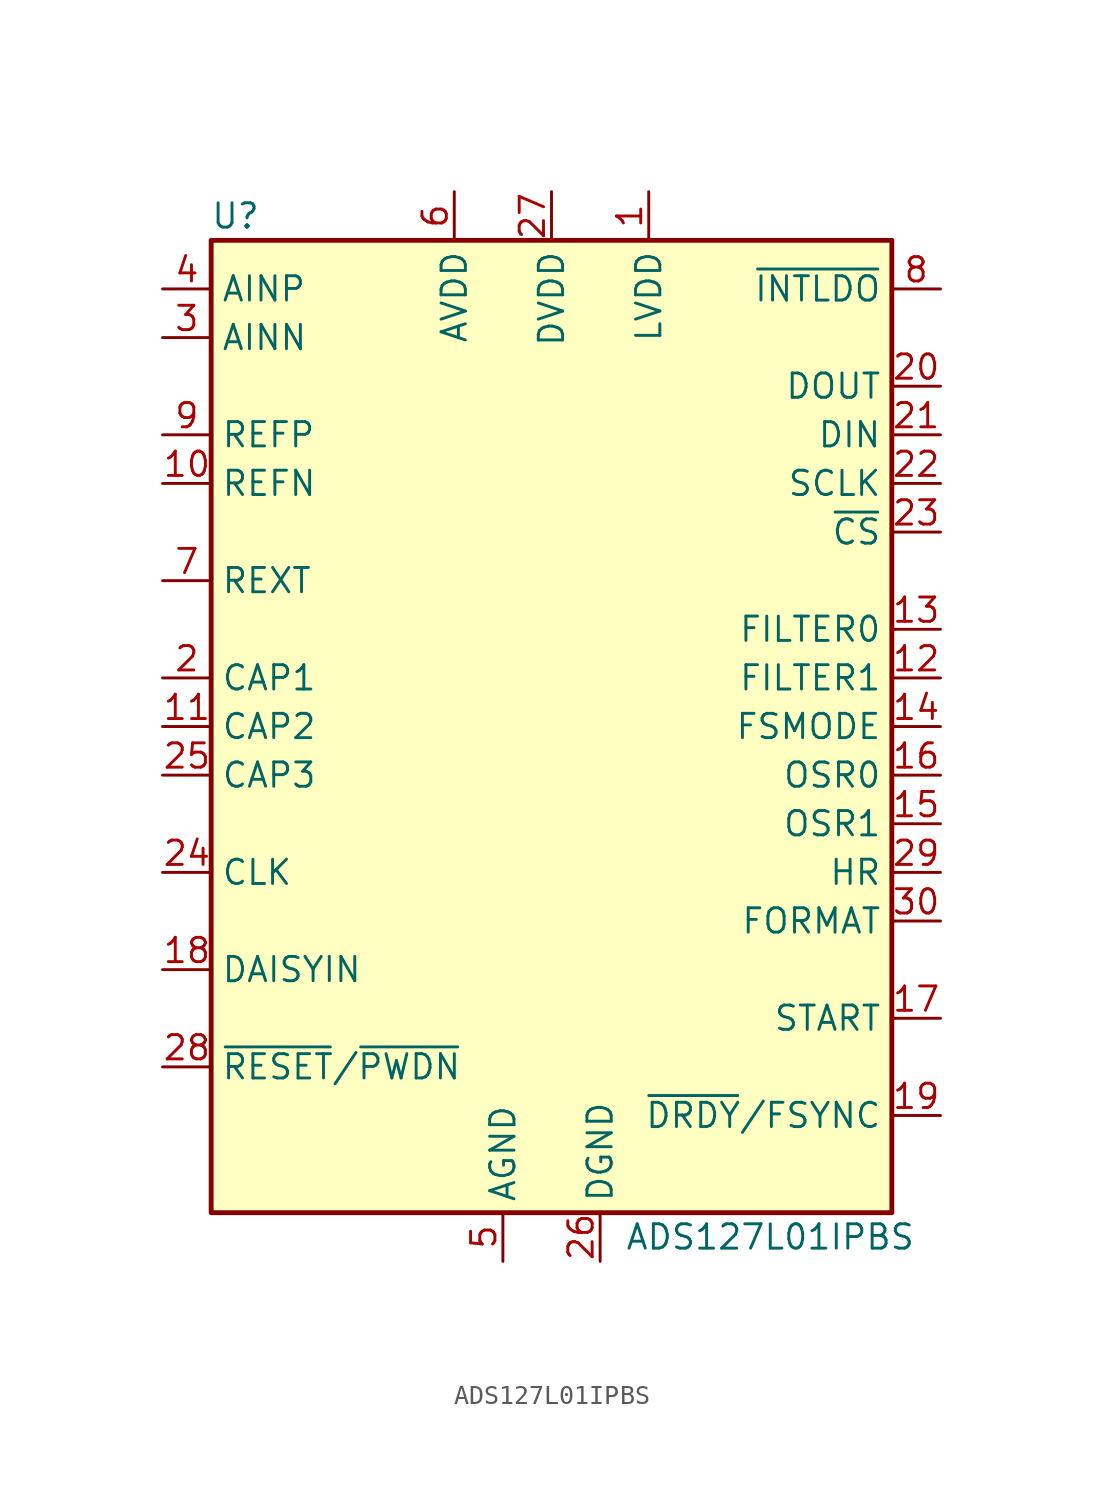
<source format=kicad_sym>
(kicad_symbol_lib
  (version 20241209)
  (generator "kicad_symbol_editor")
  (generator_version "9.0")
  (symbol "ADS127L01IPBS"
    (property "Reference" "U"
      (at -16.51 26.67 0)
      (effects (font (size 1.27 1.27))))
    (property "Value" "ADS127L01IPBS"
      (at 11.43 -26.67 0)
      (effects (font (size 1.27 1.27))))
    (symbol "ADS127L01IPBS_0_1"
      (rectangle (start -17.78 25.4) (end 17.78 -25.4) (stroke (width 0.254) (type default)) (fill (type background))))
    (symbol "ADS127L01IPBS_1_1"
      (pin input line (at -20.32 22.86 0) (length 2.54) (name "AINP" (effects (font (size 1.27 1.27)))) (number "4" (effects (font (size 1.27 1.27)))))
      (pin input line (at -20.32 20.32 0) (length 2.54) (name "AINN" (effects (font (size 1.27 1.27)))) (number "3" (effects (font (size 1.27 1.27)))))
      (pin input line (at -20.32 15.24 0) (length 2.54) (name "REFP" (effects (font (size 1.27 1.27)))) (number "9" (effects (font (size 1.27 1.27)))))
      (pin input line (at -20.32 12.7 0) (length 2.54) (name "REFN" (effects (font (size 1.27 1.27)))) (number "10" (effects (font (size 1.27 1.27)))))
      (pin input line (at -20.32 7.62 0) (length 2.54) (name "REXT" (effects (font (size 1.27 1.27)))) (number "7" (effects (font (size 1.27 1.27)))))
      (pin output line (at -20.32 2.54 0) (length 2.54) (name "CAP1" (effects (font (size 1.27 1.27)))) (number "2" (effects (font (size 1.27 1.27)))))
      (pin output line (at -20.32 0 0) (length 2.54) (name "CAP2" (effects (font (size 1.27 1.27)))) (number "11" (effects (font (size 1.27 1.27)))))
      (pin output line (at -20.32 -2.54 0) (length 2.54) (name "CAP3" (effects (font (size 1.27 1.27)))) (number "25" (effects (font (size 1.27 1.27)))))
      (pin input line (at -20.32 -7.62 0) (length 2.54) (name "CLK" (effects (font (size 1.27 1.27)))) (number "24" (effects (font (size 1.27 1.27)))))
      (pin input line (at -20.32 -12.7 0) (length 2.54) (name "DAISYIN" (effects (font (size 1.27 1.27)))) (number "18" (effects (font (size 1.27 1.27)))))
      (pin input line (at -20.32 -17.78 0) (length 2.54) (name "~{RESET}/~{PWDN}" (effects (font (size 1.27 1.27)))) (number "28" (effects (font (size 1.27 1.27)))))
      (pin passive line (at -5.08 27.94 270) (length 2.54) (hide yes) (name "AVDD" (effects (font (size 1.27 1.27)))) (number "32" (effects (font (size 1.27 1.27)))))
      (pin power_in line (at -5.08 27.94 270) (length 2.54) (name "AVDD" (effects (font (size 1.27 1.27)))) (number "6" (effects (font (size 1.27 1.27)))))
      (pin passive line (at -2.54 -27.94 90) (length 2.54) (hide yes) (name "AGND" (effects (font (size 1.27 1.27)))) (number "31" (effects (font (size 1.27 1.27)))))
      (pin power_in line (at -2.54 -27.94 90) (length 2.54) (name "AGND" (effects (font (size 1.27 1.27)))) (number "5" (effects (font (size 1.27 1.27)))))
      (pin power_in line (at 0 27.94 270) (length 2.54) (name "DVDD" (effects (font (size 1.27 1.27)))) (number "27" (effects (font (size 1.27 1.27)))))
      (pin power_in line (at 2.54 -27.94 90) (length 2.54) (name "DGND" (effects (font (size 1.27 1.27)))) (number "26" (effects (font (size 1.27 1.27)))))
      (pin power_in line (at 5.08 27.94 270) (length 2.54) (name "LVDD" (effects (font (size 1.27 1.27)))) (number "1" (effects (font (size 1.27 1.27)))))
      (pin input line (at 20.32 22.86 180) (length 2.54) (name "~{INTLDO}" (effects (font (size 1.27 1.27)))) (number "8" (effects (font (size 1.27 1.27)))))
      (pin output line (at 20.32 17.78 180) (length 2.54) (name "DOUT" (effects (font (size 1.27 1.27)))) (number "20" (effects (font (size 1.27 1.27)))))
      (pin input line (at 20.32 15.24 180) (length 2.54) (name "DIN" (effects (font (size 1.27 1.27)))) (number "21" (effects (font (size 1.27 1.27)))))
      (pin input line (at 20.32 12.7 180) (length 2.54) (name "SCLK" (effects (font (size 1.27 1.27)))) (number "22" (effects (font (size 1.27 1.27)))))
      (pin input line (at 20.32 10.16 180) (length 2.54) (name "~{CS}" (effects (font (size 1.27 1.27)))) (number "23" (effects (font (size 1.27 1.27)))))
      (pin input line (at 20.32 5.08 180) (length 2.54) (name "FILTER0" (effects (font (size 1.27 1.27)))) (number "13" (effects (font (size 1.27 1.27)))))
      (pin input line (at 20.32 2.54 180) (length 2.54) (name "FILTER1" (effects (font (size 1.27 1.27)))) (number "12" (effects (font (size 1.27 1.27)))))
      (pin input line (at 20.32 0 180) (length 2.54) (name "FSMODE" (effects (font (size 1.27 1.27)))) (number "14" (effects (font (size 1.27 1.27)))))
      (pin input line (at 20.32 -2.54 180) (length 2.54) (name "OSR0" (effects (font (size 1.27 1.27)))) (number "16" (effects (font (size 1.27 1.27)))))
      (pin input line (at 20.32 -5.08 180) (length 2.54) (name "OSR1" (effects (font (size 1.27 1.27)))) (number "15" (effects (font (size 1.27 1.27)))))
      (pin input line (at 20.32 -7.62 180) (length 2.54) (name "HR" (effects (font (size 1.27 1.27)))) (number "29" (effects (font (size 1.27 1.27)))))
      (pin input line (at 20.32 -10.16 180) (length 2.54) (name "FORMAT" (effects (font (size 1.27 1.27)))) (number "30" (effects (font (size 1.27 1.27)))))
      (pin input line (at 20.32 -15.24 180) (length 2.54) (name "START" (effects (font (size 1.27 1.27)))) (number "17" (effects (font (size 1.27 1.27)))))
      (pin passive line (at 20.32 -20.32 180) (length 2.54) (name "~{DRDY}/FSYNC" (effects (font (size 1.27 1.27)))) (number "19" (effects (font (size 1.27 1.27))))))))
</source>
